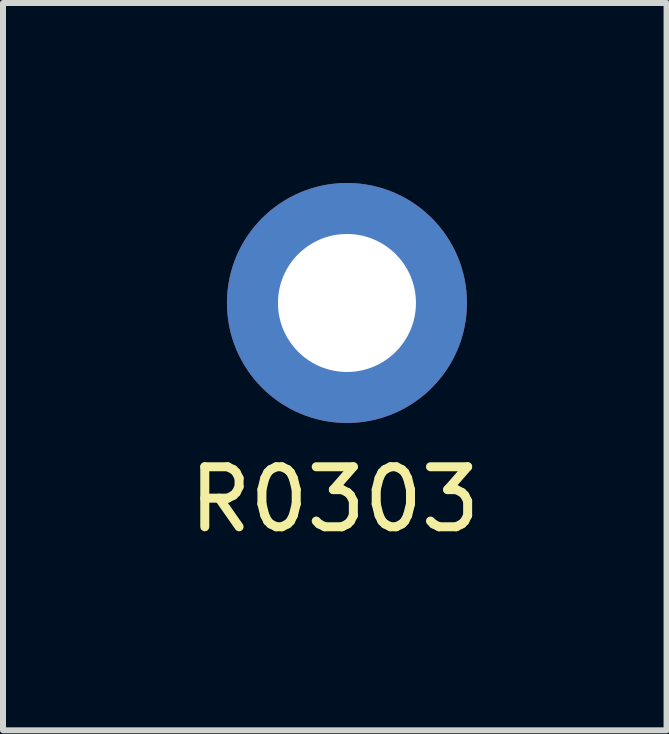
<source format=kicad_pcb>
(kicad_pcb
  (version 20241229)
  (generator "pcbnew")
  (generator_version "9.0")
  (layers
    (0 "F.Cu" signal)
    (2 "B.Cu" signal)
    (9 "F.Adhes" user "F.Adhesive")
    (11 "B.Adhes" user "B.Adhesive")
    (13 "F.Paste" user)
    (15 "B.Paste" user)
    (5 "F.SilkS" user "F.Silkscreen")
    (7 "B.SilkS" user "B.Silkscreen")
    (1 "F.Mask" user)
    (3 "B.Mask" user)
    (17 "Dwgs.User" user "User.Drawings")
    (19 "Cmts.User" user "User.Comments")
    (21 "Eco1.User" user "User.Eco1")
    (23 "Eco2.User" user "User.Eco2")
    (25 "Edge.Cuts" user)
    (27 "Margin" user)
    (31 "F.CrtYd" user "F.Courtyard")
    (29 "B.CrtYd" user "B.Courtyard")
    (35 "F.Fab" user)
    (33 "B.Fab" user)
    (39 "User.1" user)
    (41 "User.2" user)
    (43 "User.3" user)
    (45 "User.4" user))
  (footprint "R0303"
    (layer "F.Cu")
    (at 2.733 2)
    (property "Reference" "R0303" (at -0.203 3.275 0) (unlocked yes) (layer "F.SilkS") (effects (font (size 1 1) (thickness 0.15))))
    (attr through_hole)
    (pad "1" thru_hole circle (at 0 0) (size 4 4) (drill 2.3) (layers "*.Cu" "*.Mask")))
  (gr_rect
    (start -3 -3)
    (end 8.06 9.123)
    (stroke (width 0.1) (type default))
    (fill no)
    (layer "Edge.Cuts")))
</source>
